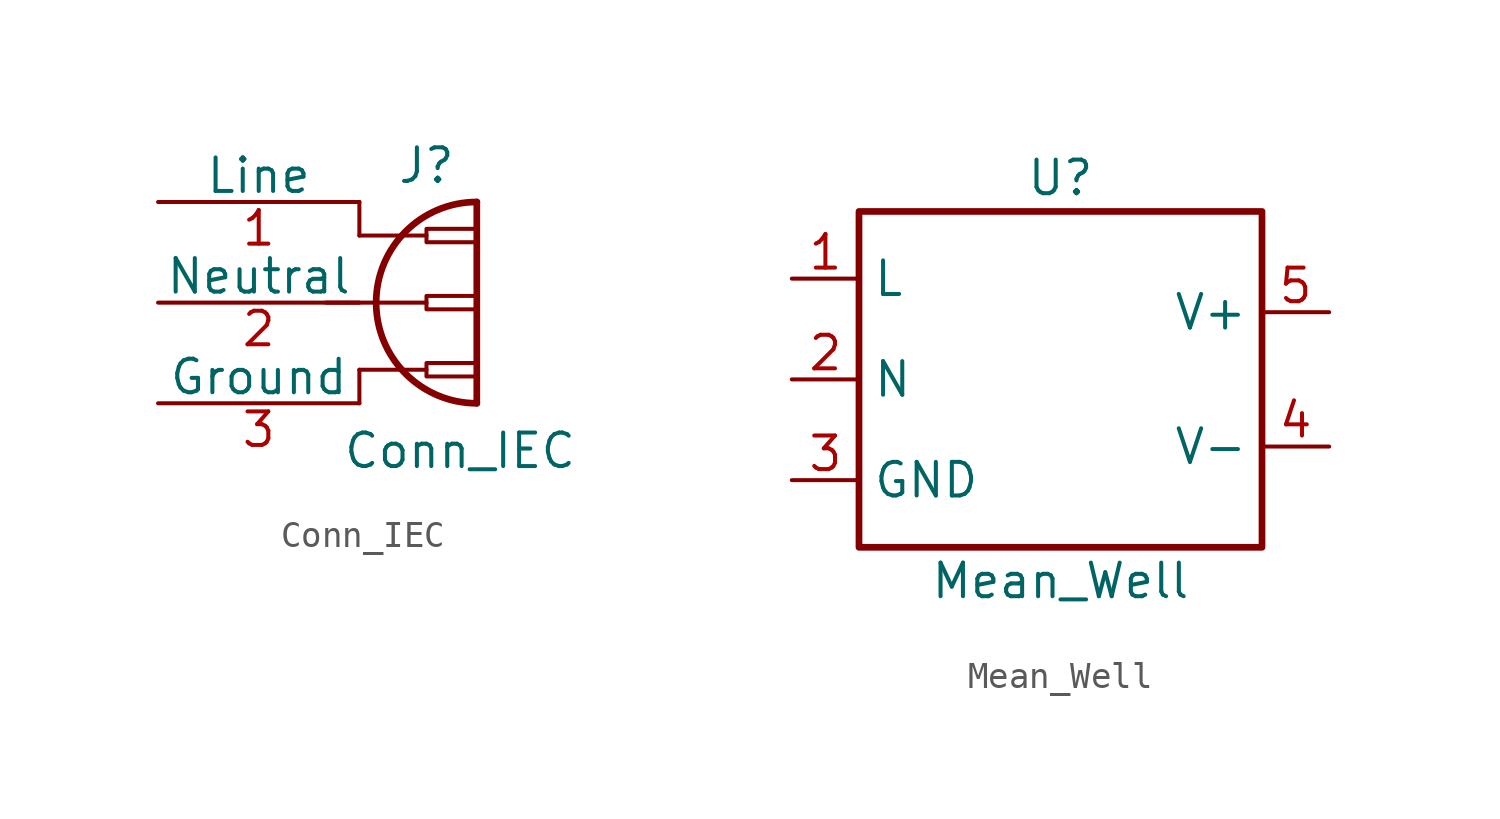
<source format=kicad_sym>
(kicad_symbol_lib
  (version 20220914)
  (generator kicad_symbol_editor)
  (symbol "Conn_IEC"
    (pin_names
      (offset 0))
    (property "Reference" "J"
      (at 3.81 6.985 0)
      (effects (font (size 1.27 1.27)) (justify bottom)))
    (property "Value" "Conn_IEC"
      (at 5.08 -3.81 0)
      (effects (font (size 1.27 1.27)) (justify bottom)))
    (symbol "Conn_IEC_0_1"
      (polyline (pts (xy 3.81 0) (xy 1.27 0)) (stroke (width 0) (type default)) (fill (type none)))
      (polyline (pts (xy 3.81 2.54) (xy 0 2.54)) (stroke (width 0) (type default)) (fill (type none)))
      (polyline (pts (xy 3.81 5.08) (xy 1.27 5.08)) (stroke (width 0) (type default)) (fill (type none)))
      (polyline (pts (xy 5.715 -1.27) (xy 5.715 6.35)) (stroke (width 0.254) (type default)) (fill (type none)))
      (rectangle (start 3.81 0.254) (end 5.715 -0.254) (stroke (width 0) (type default)) (fill (type none)))
      (rectangle (start 3.81 2.794) (end 5.715 2.286) (stroke (width 0) (type default)) (fill (type none)))
      (rectangle (start 3.81 5.334) (end 5.715 4.826) (stroke (width 0) (type default)) (fill (type none))))
    (symbol "Conn_IEC_1_1"
      (polyline (pts (xy 1.27 -1.27) (xy 1.27 0)) (stroke (width 0) (type default)) (fill (type none)))
      (polyline (pts (xy 1.27 5.08) (xy 1.27 6.35)) (stroke (width 0) (type default)) (fill (type none)))
      (arc (start 5.715 6.35) (mid 1.9216 2.54) (end 5.715 -1.27) (stroke (width 0.254) (type default)) (fill (type none)))
      (pin power_in line (at -6.35 6.35 0) (length 7.62) (name "Line" (effects (font (size 1.27 1.27)))) (number "1" (effects (font (size 1.27 1.27)))))
      (pin power_in line (at -6.35 2.54 0) (length 7.62) (name "Neutral" (effects (font (size 1.27 1.27)))) (number "2" (effects (font (size 1.27 1.27)))))
      (pin passive line (at -6.35 -1.27 0) (length 7.62) (name "Ground" (effects (font (size 1.27 1.27)))) (number "3" (effects (font (size 1.27 1.27)))))))
  (symbol "Mean_Well"
    (property "Reference" "U"
      (at 0 7.62 0)
      (effects (font (size 1.27 1.27))))
    (property "Value" "Mean_Well"
      (at 0 -7.62 0)
      (effects (font (size 1.27 1.27))))
    (symbol "Mean_Well_1_1"
      (rectangle (start -7.62 6.35) (end 7.62 -6.35) (stroke (width 0.254) (type default)) (fill (type none)))
      (pin power_in line (at -10.16 3.81 0) (length 2.54) (name "L" (effects (font (size 1.27 1.27)))) (number "1" (effects (font (size 1.27 1.27)))))
      (pin power_in line (at -10.16 0 0) (length 2.54) (name "N" (effects (font (size 1.27 1.27)))) (number "2" (effects (font (size 1.27 1.27)))))
      (pin input line (at -10.16 -3.81 0) (length 2.54) (name "GND" (effects (font (size 1.27 1.27)))) (number "3" (effects (font (size 1.27 1.27)))))
      (pin output line (at 10.16 -2.54 180) (length 2.54) (name "V-" (effects (font (size 1.27 1.27)))) (number "4" (effects (font (size 1.27 1.27)))))
      (pin output line (at 10.16 2.54 180) (length 2.54) (name "V+" (effects (font (size 1.27 1.27)))) (number "5" (effects (font (size 1.27 1.27))))))))
</source>
